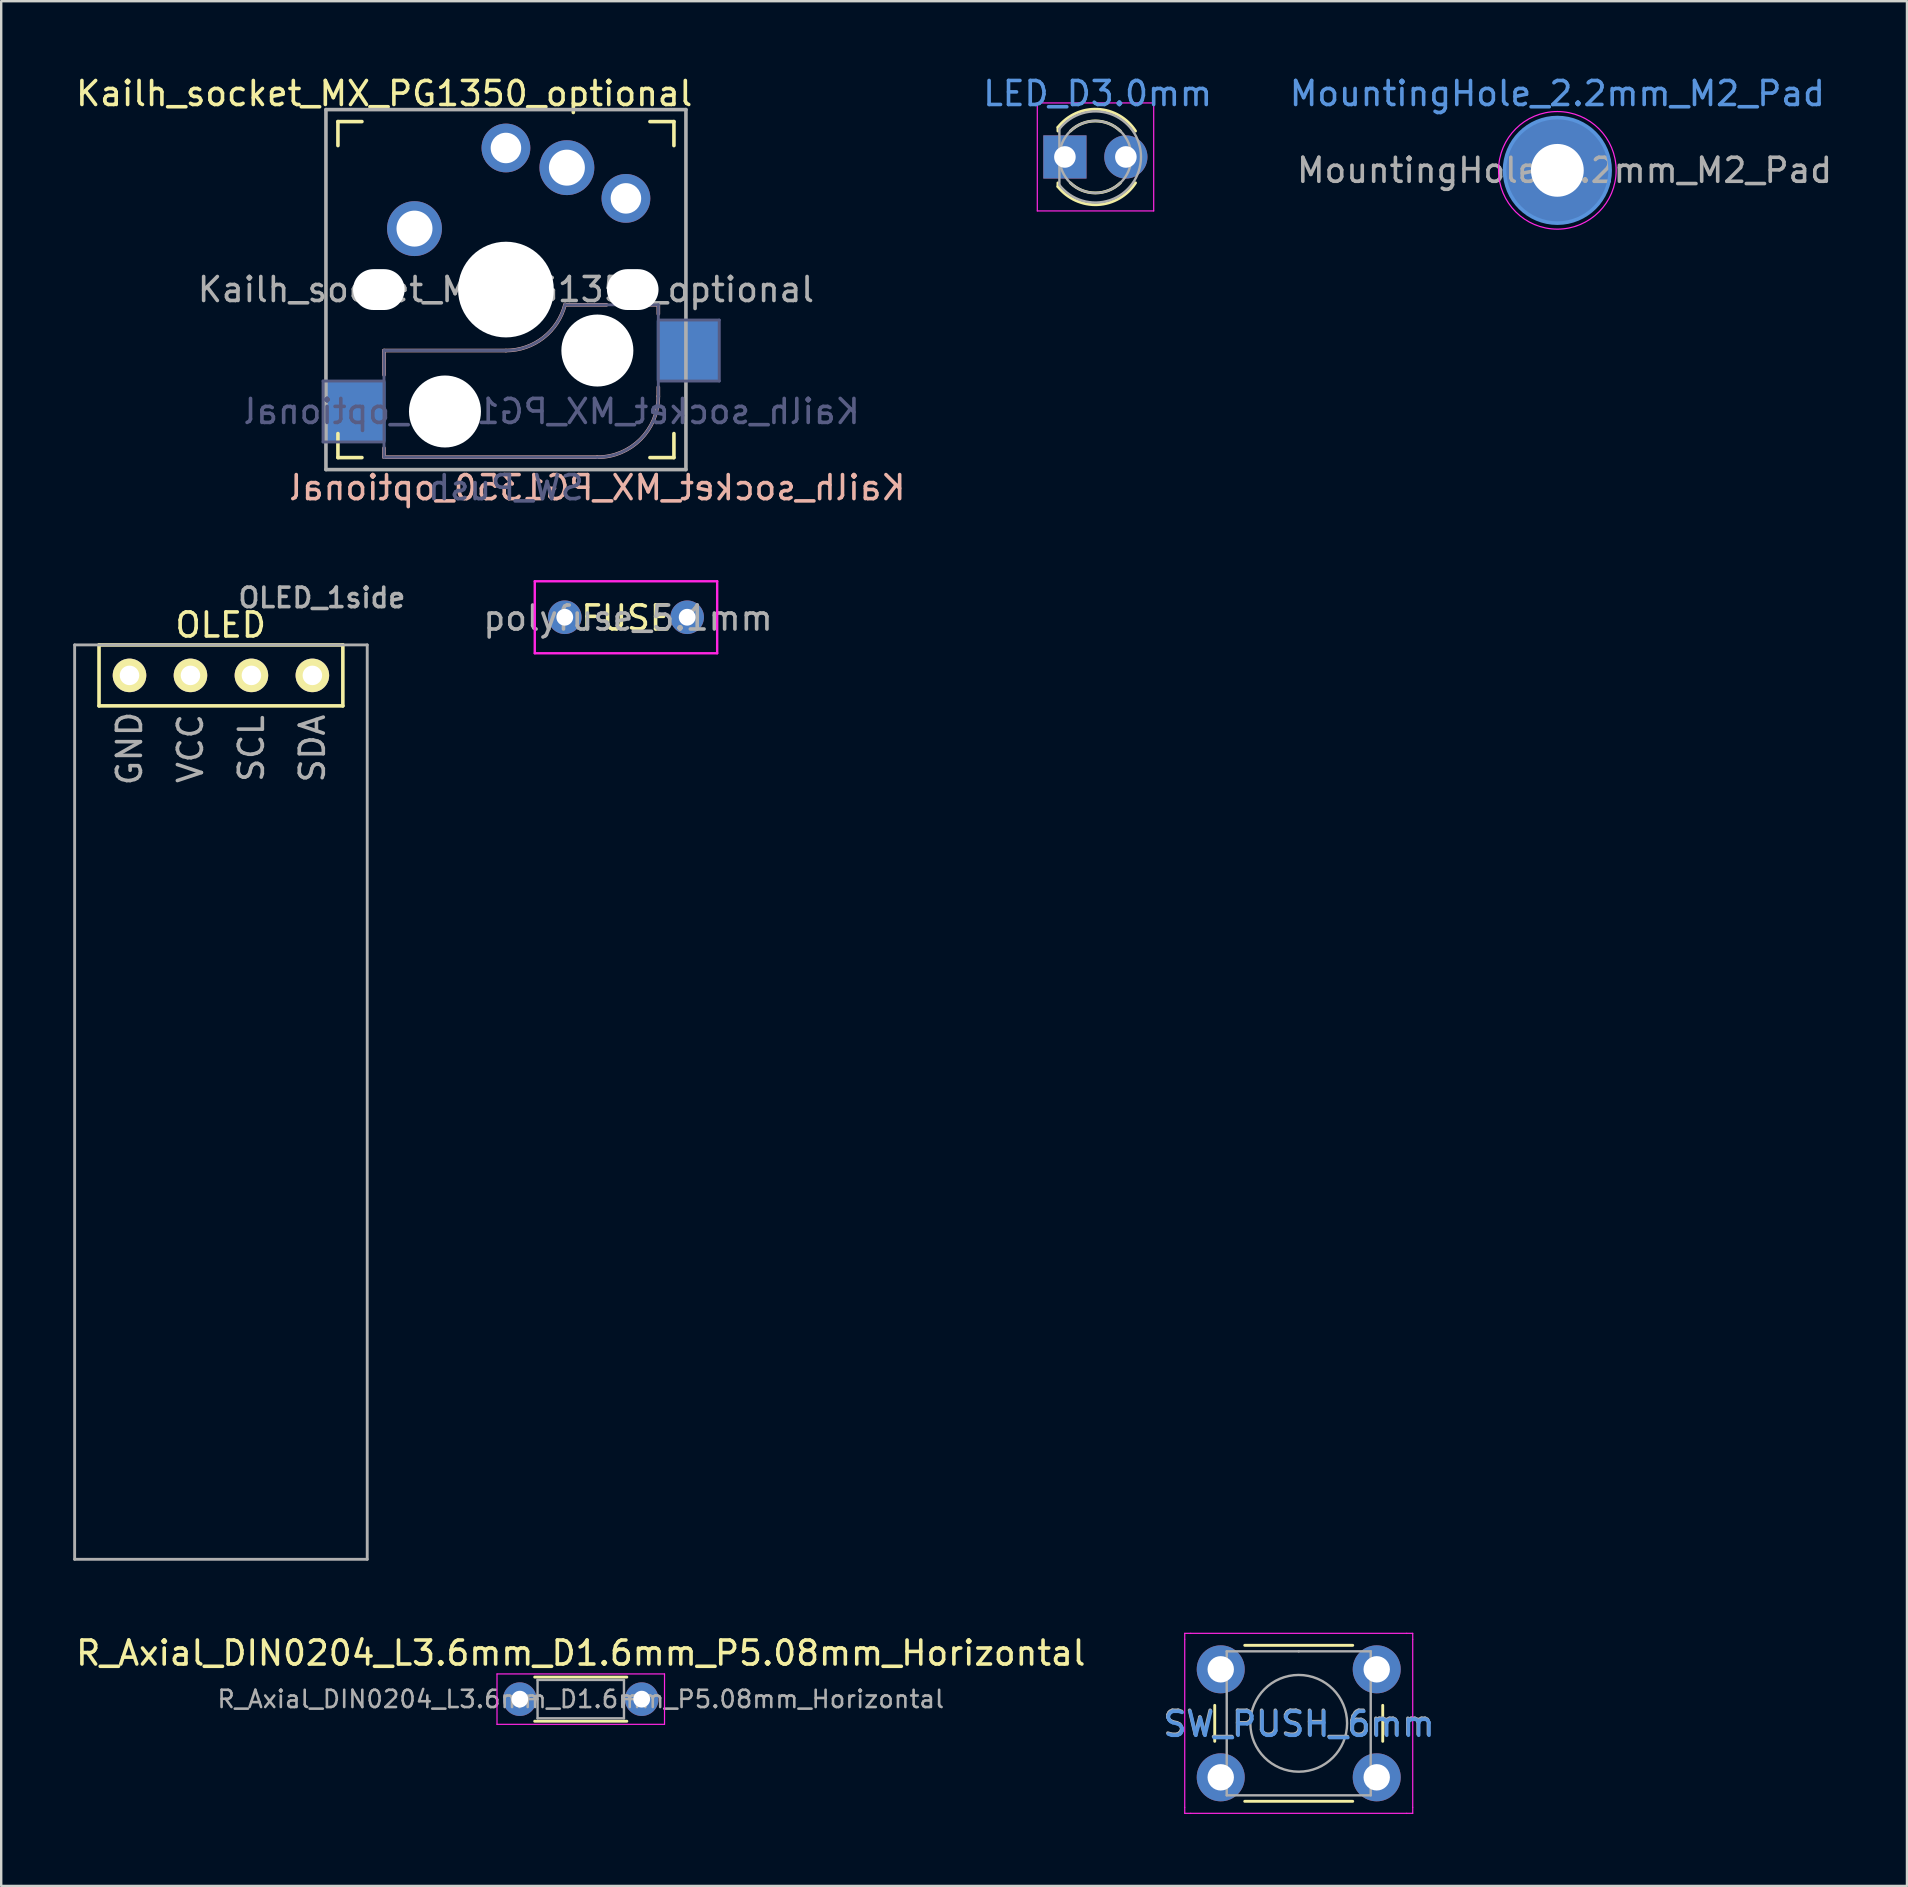
<source format=kicad_pcb>
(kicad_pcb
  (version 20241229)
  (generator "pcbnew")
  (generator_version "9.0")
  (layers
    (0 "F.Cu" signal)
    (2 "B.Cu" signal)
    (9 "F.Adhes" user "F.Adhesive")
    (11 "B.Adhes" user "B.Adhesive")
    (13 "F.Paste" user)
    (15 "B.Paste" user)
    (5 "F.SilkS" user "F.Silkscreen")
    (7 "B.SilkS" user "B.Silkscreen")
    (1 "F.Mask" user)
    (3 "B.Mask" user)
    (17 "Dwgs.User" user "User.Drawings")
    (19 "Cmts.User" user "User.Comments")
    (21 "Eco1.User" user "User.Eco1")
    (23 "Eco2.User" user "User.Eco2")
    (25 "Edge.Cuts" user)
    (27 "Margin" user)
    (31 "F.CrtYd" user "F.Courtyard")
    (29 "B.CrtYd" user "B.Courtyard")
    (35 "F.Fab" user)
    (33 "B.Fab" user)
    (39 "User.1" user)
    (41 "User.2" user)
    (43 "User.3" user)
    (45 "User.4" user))
  (footprint "OLED_1side"
    (layer "F.Cu")
    (at 2.346 25.092)
    (property "Reference" "OLED_1side" (at 8.018 -3.234 180) (layer "F.Fab") (effects (font (size 0.813 0.813) (thickness 0.15))))
    (attr through_hole)
    (fp_line (start -1.27 -1.27) (end 8.89 -1.27) (stroke (width 0.15) (type solid)) (layer "F.SilkS"))
    (fp_line (start -1.27 1.27) (end -1.27 -1.27) (stroke (width 0.15) (type solid)) (layer "F.SilkS"))
    (fp_line (start -1.27 1.27) (end 8.89 1.27) (stroke (width 0.15) (type solid)) (layer "F.SilkS"))
    (fp_line (start 8.89 -1.27) (end 8.89 1.27) (stroke (width 0.15) (type solid)) (layer "F.SilkS"))
    (fp_line (start -2.286 -1.27) (end 9.906 -1.27) (stroke (width 0.12) (type solid)) (layer "F.Fab"))
    (fp_line (start -2.286 36.83) (end -2.286 -1.27) (stroke (width 0.12) (type solid)) (layer "F.Fab"))
    (fp_line (start -2.286 36.83) (end 9.906 36.83) (stroke (width 0.12) (type solid)) (layer "F.Fab"))
    (fp_line (start 9.906 -1.27) (end 9.906 36.83) (stroke (width 0.12) (type solid)) (layer "F.Fab"))
    (fp_text user "OLED" (at 3.8 -2.1 0) (layer "F.SilkS") (effects (font (size 1 1) (thickness 0.15))))
    (fp_text user "VCC" (at 2.54 3.048 270) (layer "F.Fab") (effects (font (size 1 1) (thickness 0.15))))
    (fp_text user "SCL" (at 5.08 3.048 270) (layer "F.Fab") (effects (font (size 1 1) (thickness 0.15))))
    (fp_text user "GND" (at 0 3.048 270) (layer "F.Fab") (effects (font (size 1 1) (thickness 0.15))))
    (fp_text user "SDA" (at 7.62 3.048 270) (layer "F.Fab") (effects (font (size 1 1) (thickness 0.15))))
    (pad "1" thru_hole circle (at 0 0) (size 1.397 1.397) (drill 0.813) (layers "*.Cu" "B.Mask" "F.SilkS"))
    (pad "2" thru_hole circle (at 2.54 0) (size 1.397 1.397) (drill 0.813) (layers "*.Cu" "B.Mask" "F.SilkS"))
    (pad "3" thru_hole circle (at 5.08 0) (size 1.397 1.397) (drill 0.813) (layers "*.Cu" "B.Mask" "F.SilkS"))
    (pad "4" thru_hole circle (at 7.62 0) (size 1.397 1.397) (drill 0.813) (layers "*.Cu" "B.Mask" "F.SilkS")))
  (footprint "polyfuse_5.1mm"
    (layer "F.Cu")
    (at 23.033 22.669)
    (property "Reference" "polyfuse_5.1mm" (at 0.087 0.035 180) (layer "F.Fab") (effects (font (size 1 1) (thickness 0.15))))
    (attr through_hole)
    (fp_line (start -3.8 -1.5) (end 3.8 -1.5) (stroke (width 0.1) (type solid)) (layer "F.CrtYd"))
    (fp_line (start -3.8 1.5) (end -3.8 -1.5) (stroke (width 0.1) (type solid)) (layer "F.CrtYd"))
    (fp_line (start 3.8 -1.5) (end 3.8 1.5) (stroke (width 0.1) (type solid)) (layer "F.CrtYd"))
    (fp_line (start 3.8 1.5) (end -3.8 1.5) (stroke (width 0.1) (type solid)) (layer "F.CrtYd"))
    (fp_text user "FUSE" (at 0.02 0.03 180) (layer "F.SilkS") (effects (font (size 1 1) (thickness 0.15))))
    (pad "1" thru_hole circle (at -2.55 0) (size 1.4 1.4) (drill 0.7) (layers "*.Cu" "*.Mask"))
    (pad "2" thru_hole circle (at 2.55 0) (size 1.4 1.4) (drill 0.7) (layers "*.Cu" "*.Mask")))
  (footprint "R_Axial_DIN0204_L3.6mm_D1.6mm_P5.08mm_Horizontal"
    (layer "F.Cu")
    (at 18.609 67.75)
    (property "Reference" "R_Axial_DIN0204_L3.6mm_D1.6mm_P5.08mm_Horizontal" (at 2.54 -1.92 0) (layer "F.SilkS") (effects (font (size 1 1) (thickness 0.15))))
    (attr through_hole)
    (fp_line (start 0.62 -0.92) (end 4.46 -0.92) (stroke (width 0.12) (type solid)) (layer "F.SilkS"))
    (fp_line (start 0.62 0.92) (end 4.46 0.92) (stroke (width 0.12) (type solid)) (layer "F.SilkS"))
    (fp_line (start -0.95 -1.05) (end -0.95 1.05) (stroke (width 0.05) (type solid)) (layer "F.CrtYd"))
    (fp_line (start -0.95 1.05) (end 6.03 1.05) (stroke (width 0.05) (type solid)) (layer "F.CrtYd"))
    (fp_line (start 6.03 -1.05) (end -0.95 -1.05) (stroke (width 0.05) (type solid)) (layer "F.CrtYd"))
    (fp_line (start 6.03 1.05) (end 6.03 -1.05) (stroke (width 0.05) (type solid)) (layer "F.CrtYd"))
    (fp_line (start 0 0) (end 0.74 0) (stroke (width 0.1) (type solid)) (layer "F.Fab"))
    (fp_line (start 0.74 -0.8) (end 0.74 0.8) (stroke (width 0.1) (type solid)) (layer "F.Fab"))
    (fp_line (start 0.74 0.8) (end 4.34 0.8) (stroke (width 0.1) (type solid)) (layer "F.Fab"))
    (fp_line (start 4.34 -0.8) (end 0.74 -0.8) (stroke (width 0.1) (type solid)) (layer "F.Fab"))
    (fp_line (start 4.34 0.8) (end 4.34 -0.8) (stroke (width 0.1) (type solid)) (layer "F.Fab"))
    (fp_line (start 5.08 0) (end 4.34 0) (stroke (width 0.1) (type solid)) (layer "F.Fab"))
    (fp_text user "${REFERENCE}" (at 2.54 0 0) (layer "F.Fab") (effects (font (size 0.72 0.72) (thickness 0.108))))
    (pad "1" thru_hole circle (at 0 0) (size 1.4 1.4) (drill 0.7) (layers "*.Cu" "*.Mask"))
    (pad "2" thru_hole oval (at 5.08 0) (size 1.4 1.4) (drill 0.7) (layers "*.Cu" "*.Mask")))
  (footprint "MountingHole_2.2mm_M2_Pad"
    (layer "F.Cu")
    (at 61.841 4.048)
    (property "Reference" "MountingHole_2.2mm_M2_Pad" (at 0 -3.2 180) (layer "Cmts.User") (effects (font (size 1 1) (thickness 0.15))))
    (attr exclude_from_pos_files exclude_from_bom)
    (fp_circle (center 0 0) (end 2.2 0) (stroke (width 0.15) (type solid)) (fill no) (layer "Cmts.User"))
    (fp_circle (center 0 0) (end 2.45 0) (stroke (width 0.05) (type solid)) (fill no) (layer "F.CrtYd"))
    (fp_text user "${REFERENCE}" (at 0.3 0 180) (layer "F.Fab") (effects (font (size 1 1) (thickness 0.15))))
    (pad "1" thru_hole circle (at 0 0) (size 4.4 4.4) (drill 2.2) (layers "*.Cu" "*.Mask")))
  (footprint "LED_D3.0mm"
    (layer "F.Cu")
    (at 41.322 3.49)
    (property "Reference" "LED_D3.0mm" (at 1.365 -2.642 0) (layer "Cmts.User") (effects (font (size 1 1) (thickness 0.15))))
    (attr through_hole)
    (fp_line (start -0.29 -1.236) (end -0.29 -1.08) (stroke (width 0.12) (type solid)) (layer "F.SilkS"))
    (fp_line (start -0.29 1.08) (end -0.29 1.236) (stroke (width 0.12) (type solid)) (layer "F.SilkS"))
    (fp_arc (start -0.29 -1.235516) (mid 1.366487 -1.987659) (end 2.942335 -1.078608) (stroke (width 0.12) (type solid)) (layer "F.SilkS"))
    (fp_arc (start 0.229039 -1.08) (mid 1.270117 -1.5) (end 2.31113 -1.079837) (stroke (width 0.12) (type solid)) (layer "F.SilkS"))
    (fp_arc (start 2.31113 1.079837) (mid 1.270117 1.5) (end 0.229039 1.08) (stroke (width 0.12) (type solid)) (layer "F.SilkS"))
    (fp_arc (start 2.942335 1.078608) (mid 1.366487 1.987659) (end -0.29 1.235516) (stroke (width 0.12) (type solid)) (layer "F.SilkS"))
    (fp_line (start -1.15 -2.25) (end -1.15 2.25) (stroke (width 0.05) (type solid)) (layer "F.CrtYd"))
    (fp_line (start -1.15 2.25) (end 3.7 2.25) (stroke (width 0.05) (type solid)) (layer "F.CrtYd"))
    (fp_line (start 3.7 -2.25) (end -1.15 -2.25) (stroke (width 0.05) (type solid)) (layer "F.CrtYd"))
    (fp_line (start 3.7 2.25) (end 3.7 -2.25) (stroke (width 0.05) (type solid)) (layer "F.CrtYd"))
    (fp_line (start -0.23 -1.166) (end -0.23 1.166) (stroke (width 0.1) (type solid)) (layer "F.Fab"))
    (fp_arc (start -0.23 -1.16619) (mid 3.17 0.000452) (end -0.230555 1.165476) (stroke (width 0.1) (type solid)) (layer "F.Fab"))
    (fp_circle (center 1.27 0) (end 2.77 0) (stroke (width 0.1) (type solid)) (fill no) (layer "F.Fab"))
    (pad "1" thru_hole rect (at 0 0) (size 1.8 1.8) (drill 0.9) (layers "*.Cu" "*.Mask"))
    (pad "2" thru_hole circle (at 2.54 0) (size 1.8 1.8) (drill 0.9) (layers "*.Cu" "*.Mask")))
  (footprint "SW_PUSH_6mm"
    (layer "F.Cu")
    (at 47.815 66.507)
    (property "Reference" "SW_PUSH_6mm" (at 3.272 2.292 0) (layer "Cmts.User") (effects (font (size 1 1) (thickness 0.15))))
    (attr through_hole)
    (fp_line (start -0.25 1.5) (end -0.25 3) (stroke (width 0.12) (type solid)) (layer "F.SilkS"))
    (fp_line (start 1 5.5) (end 5.5 5.5) (stroke (width 0.12) (type solid)) (layer "F.SilkS"))
    (fp_line (start 5.5 -1) (end 1 -1) (stroke (width 0.12) (type solid)) (layer "F.SilkS"))
    (fp_line (start 6.75 3) (end 6.75 1.5) (stroke (width 0.12) (type solid)) (layer "F.SilkS"))
    (fp_line (start -1.5 -1.5) (end -1.25 -1.5) (stroke (width 0.05) (type solid)) (layer "F.CrtYd"))
    (fp_line (start -1.5 -1.25) (end -1.5 -1.5) (stroke (width 0.05) (type solid)) (layer "F.CrtYd"))
    (fp_line (start -1.5 5.75) (end -1.5 -1.25) (stroke (width 0.05) (type solid)) (layer "F.CrtYd"))
    (fp_line (start -1.5 5.75) (end -1.5 6) (stroke (width 0.05) (type solid)) (layer "F.CrtYd"))
    (fp_line (start -1.5 6) (end -1.25 6) (stroke (width 0.05) (type solid)) (layer "F.CrtYd"))
    (fp_line (start -1.25 -1.5) (end 7.75 -1.5) (stroke (width 0.05) (type solid)) (layer "F.CrtYd"))
    (fp_line (start 7.75 -1.5) (end 8 -1.5) (stroke (width 0.05) (type solid)) (layer "F.CrtYd"))
    (fp_line (start 7.75 6) (end -1.25 6) (stroke (width 0.05) (type solid)) (layer "F.CrtYd"))
    (fp_line (start 7.75 6) (end 8 6) (stroke (width 0.05) (type solid)) (layer "F.CrtYd"))
    (fp_line (start 8 -1.5) (end 8 -1.25) (stroke (width 0.05) (type solid)) (layer "F.CrtYd"))
    (fp_line (start 8 -1.25) (end 8 5.75) (stroke (width 0.05) (type solid)) (layer "F.CrtYd"))
    (fp_line (start 8 6) (end 8 5.75) (stroke (width 0.05) (type solid)) (layer "F.CrtYd"))
    (fp_line (start 0.25 -0.75) (end 3.25 -0.75) (stroke (width 0.1) (type solid)) (layer "F.Fab"))
    (fp_line (start 0.25 5.25) (end 0.25 -0.75) (stroke (width 0.1) (type solid)) (layer "F.Fab"))
    (fp_line (start 3.25 -0.75) (end 6.25 -0.75) (stroke (width 0.1) (type solid)) (layer "F.Fab"))
    (fp_line (start 6.25 -0.75) (end 6.25 5.25) (stroke (width 0.1) (type solid)) (layer "F.Fab"))
    (fp_line (start 6.25 5.25) (end 0.25 5.25) (stroke (width 0.1) (type solid)) (layer "F.Fab"))
    (fp_circle (center 3.25 2.25) (end 1.25 2.5) (stroke (width 0.1) (type solid)) (fill no) (layer "F.Fab"))
    (fp_text user "${REFERENCE}" (at 3.25 2.25 0) (layer "F.Fab") (effects (font (size 1 1) (thickness 0.15))))
    (pad "1" thru_hole circle (at 0 0 90) (size 2 2) (drill 1.1) (layers "*.Cu" "*.Mask"))
    (pad "1" thru_hole circle (at 6.5 0 90) (size 2 2) (drill 1.1) (layers "*.Cu" "*.Mask"))
    (pad "2" thru_hole circle (at 0 4.5 90) (size 2 2) (drill 1.1) (layers "*.Cu" "*.Mask"))
    (pad "2" thru_hole circle (at 6.5 4.5 90) (size 2 2) (drill 1.1) (layers "*.Cu" "*.Mask")))
  (footprint "Kailh_socket_MX_PG1350_optional"
    (layer "F.Cu")
    (at 18.031 9.016)
    (property "Reference" "Kailh_socket_MX_PG1350_optional" (at -5.073 -8.168 0) (layer "F.SilkS") (effects (font (size 1 1) (thickness 0.15))))
    (property "Value" "SW_Push" (at 0 8.255 0) (layer "F.Fab") (hide yes) (effects (font (size 1 1) (thickness 0.15))))
    (attr through_hole)
    (fp_line (start -7 -6) (end -7 -7) (stroke (width 0.15) (type solid)) (layer "F.SilkS"))
    (fp_line (start -7 7) (end -7 6) (stroke (width 0.15) (type solid)) (layer "F.SilkS"))
    (fp_line (start -7 7) (end -6 7) (stroke (width 0.15) (type solid)) (layer "F.SilkS"))
    (fp_line (start -6 -7) (end -7 -7) (stroke (width 0.15) (type solid)) (layer "F.SilkS"))
    (fp_line (start 6 7) (end 7 7) (stroke (width 0.15) (type solid)) (layer "F.SilkS"))
    (fp_line (start 7 -7) (end 6 -7) (stroke (width 0.15) (type solid)) (layer "F.SilkS"))
    (fp_line (start 7 -7) (end 7 -6) (stroke (width 0.15) (type solid)) (layer "F.SilkS"))
    (fp_line (start 7 6) (end 7 7) (stroke (width 0.15) (type solid)) (layer "F.SilkS"))
    (fp_line (start -5.08 2.54) (end -5.08 3.556) (stroke (width 0.15) (type solid)) (layer "B.SilkS"))
    (fp_line (start -5.08 6.604) (end -5.08 6.985) (stroke (width 0.15) (type solid)) (layer "B.SilkS"))
    (fp_line (start -5.08 6.985) (end 3.81 6.985) (stroke (width 0.15) (type solid)) (layer "B.SilkS"))
    (fp_line (start 0 2.54) (end -5.08 2.54) (stroke (width 0.15) (type solid)) (layer "B.SilkS"))
    (fp_line (start 4.191 0.635) (end 2.54 0.635) (stroke (width 0.15) (type solid)) (layer "B.SilkS"))
    (fp_line (start 6.35 0.635) (end 5.969 0.635) (stroke (width 0.15) (type solid)) (layer "B.SilkS"))
    (fp_line (start 6.35 1.016) (end 6.35 0.635) (stroke (width 0.15) (type solid)) (layer "B.SilkS"))
    (fp_line (start 6.35 4.445) (end 6.35 4.064) (stroke (width 0.15) (type solid)) (layer "B.SilkS"))
    (fp_arc (start 2.464162 0.61604) (mid 1.563147 2.002042) (end 0 2.54) (stroke (width 0.15) (type solid)) (layer "B.SilkS"))
    (fp_arc (start 6.35 4.445) (mid 5.606051 6.241051) (end 3.81 6.985) (stroke (width 0.15) (type solid)) (layer "B.SilkS"))
    (fp_line (start -6.9 6.9) (end -6.9 -6.9) (stroke (width 0.15) (type solid)) (layer "Eco2.User"))
    (fp_line (start -6.9 6.9) (end 6.9 6.9) (stroke (width 0.15) (type solid)) (layer "Eco2.User"))
    (fp_line (start 6.9 -6.9) (end -6.9 -6.9) (stroke (width 0.15) (type solid)) (layer "Eco2.User"))
    (fp_line (start 6.9 -6.9) (end 6.9 6.9) (stroke (width 0.15) (type solid)) (layer "Eco2.User"))
    (fp_line (start -7.62 3.81) (end -7.62 6.35) (stroke (width 0.12) (type solid)) (layer "B.Fab"))
    (fp_line (start -7.62 6.35) (end -5.08 6.35) (stroke (width 0.12) (type solid)) (layer "B.Fab"))
    (fp_line (start -5.08 2.54) (end -5.08 6.985) (stroke (width 0.12) (type solid)) (layer "B.Fab"))
    (fp_line (start -5.08 3.81) (end -7.62 3.81) (stroke (width 0.12) (type solid)) (layer "B.Fab"))
    (fp_line (start -5.08 6.985) (end 3.81 6.985) (stroke (width 0.12) (type solid)) (layer "B.Fab"))
    (fp_line (start 0 2.54) (end -5.08 2.54) (stroke (width 0.12) (type solid)) (layer "B.Fab"))
    (fp_line (start 6.35 0.635) (end 2.54 0.635) (stroke (width 0.12) (type solid)) (layer "B.Fab"))
    (fp_line (start 6.35 3.81) (end 8.89 3.81) (stroke (width 0.12) (type solid)) (layer "B.Fab"))
    (fp_line (start 6.35 4.445) (end 6.35 0.635) (stroke (width 0.12) (type solid)) (layer "B.Fab"))
    (fp_line (start 8.89 1.27) (end 6.35 1.27) (stroke (width 0.12) (type solid)) (layer "B.Fab"))
    (fp_line (start 8.89 3.81) (end 8.89 1.27) (stroke (width 0.12) (type solid)) (layer "B.Fab"))
    (fp_arc (start 2.464162 0.61604) (mid 1.563147 2.002042) (end 0 2.54) (stroke (width 0.12) (type solid)) (layer "B.Fab"))
    (fp_arc (start 6.35 4.445) (mid 5.606051 6.241051) (end 3.81 6.985) (stroke (width 0.12) (type solid)) (layer "B.Fab"))
    (fp_line (start -7.5 -7.5) (end 7.5 -7.5) (stroke (width 0.15) (type solid)) (layer "F.Fab"))
    (fp_line (start -7.5 7.5) (end -7.5 -7.5) (stroke (width 0.15) (type solid)) (layer "F.Fab"))
    (fp_line (start 7.5 -7.5) (end 7.5 7.5) (stroke (width 0.15) (type solid)) (layer "F.Fab"))
    (fp_line (start 7.5 7.5) (end -7.5 7.5) (stroke (width 0.15) (type solid)) (layer "F.Fab"))
    (fp_text user "${REFERENCE}" (at 3.81 8.255 0) (layer "B.SilkS") (effects (font (size 1 1) (thickness 0.15)) (justify mirror)))
    (fp_text user "${REFERENCE}" (at 1.905 5.08 0) (layer "B.Fab") (effects (font (size 1 1) (thickness 0.15)) (justify mirror)))
    (fp_text user "${VALUE}" (at 0 8.255 0) (layer "B.Fab") (effects (font (size 1 1) (thickness 0.15)) (justify mirror)))
    (fp_text user "${REFERENCE}" (at 0 0 0) (layer "F.Fab") (effects (font (size 1 1) (thickness 0.15))))
    (pad "" np_thru_hole oval (at -5.296 0 180) (size 2.15 1.702) (drill oval 2.15 1.702) (layers "*.Cu" "*.Mask"))
    (pad "" np_thru_hole circle (at -2.54 5.08) (size 3 3) (drill 3) (layers "*.Cu" "*.Mask"))
    (pad "" np_thru_hole circle (at 0 0) (size 3.988 3.988) (drill 3.988) (layers "*.Cu" "*.Mask"))
    (pad "" np_thru_hole circle (at 3.81 2.54) (size 3 3) (drill 3) (layers "*.Cu" "*.Mask"))
    (pad "" np_thru_hole oval (at 5.283 0 180) (size 2.15 1.702) (drill oval 2.15 1.702) (layers "*.Cu" "*.Mask"))
    (pad "1" thru_hole circle (at 2.54 -5.08) (size 2.286 2.286) (drill 1.499) (layers "*.Cu" "*.Mask"))
    (pad "1" thru_hole circle (at 5 -3.8 180) (size 2.032 2.032) (drill 1.27) (layers "*.Cu" "*.Mask"))
    (pad "1" smd rect (at 7.56 2.54) (size 2.55 2.5) (layers "B.Cu" "B.Mask" "B.Paste"))
    (pad "2" smd rect (at -6.29 5.08) (size 2.55 2.5) (layers "B.Cu" "B.Mask" "B.Paste"))
    (pad "2" thru_hole circle (at -3.81 -2.54) (size 2.286 2.286) (drill 1.499) (layers "*.Cu" "*.Mask"))
    (pad "2" thru_hole circle (at 0 -5.9 180) (size 2.032 2.032) (drill 1.27) (layers "*.Cu" "*.Mask")))
  (gr_rect
    (start -3 -3)
    (end 76.409 75.532)
    (stroke (width 0.1) (type default))
    (fill no)
    (layer "Edge.Cuts")))
</source>
